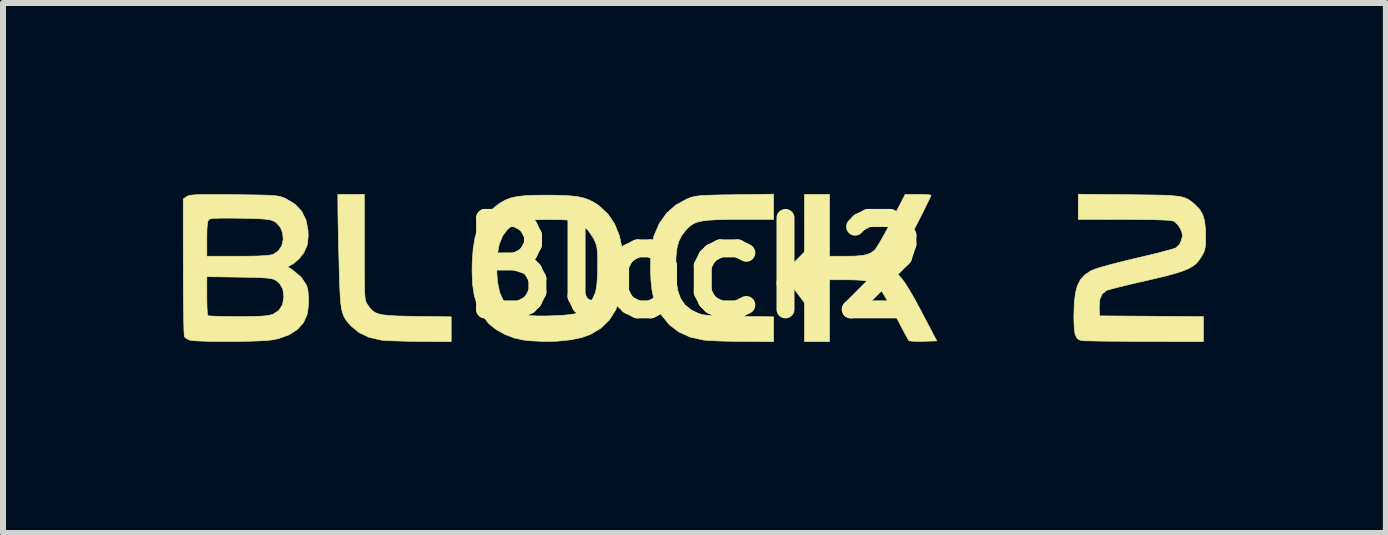
<source format=kicad_pcb>
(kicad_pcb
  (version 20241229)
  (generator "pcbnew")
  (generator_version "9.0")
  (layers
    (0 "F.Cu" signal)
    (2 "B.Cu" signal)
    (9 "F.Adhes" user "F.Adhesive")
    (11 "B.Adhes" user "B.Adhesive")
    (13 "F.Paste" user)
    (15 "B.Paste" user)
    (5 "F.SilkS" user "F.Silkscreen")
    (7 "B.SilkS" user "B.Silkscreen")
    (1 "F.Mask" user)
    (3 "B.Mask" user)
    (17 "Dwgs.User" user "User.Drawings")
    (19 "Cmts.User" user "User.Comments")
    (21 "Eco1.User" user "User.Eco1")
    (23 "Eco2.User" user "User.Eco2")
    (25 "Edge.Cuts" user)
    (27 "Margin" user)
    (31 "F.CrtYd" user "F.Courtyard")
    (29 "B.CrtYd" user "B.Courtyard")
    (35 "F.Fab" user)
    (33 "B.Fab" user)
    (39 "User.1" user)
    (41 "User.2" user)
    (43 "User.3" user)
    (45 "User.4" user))
  (footprint "Block2"
    (layer "F.Cu")
    (at 8.521 1.418)
    (property "Reference" "Block2" (at 0 0 0) (layer "F.SilkS") (effects (font (size 1.524 1.524) (thickness 0.3))))
    (attr through_hole)
    (fp_poly (pts (xy -5.497 -0.347) (xy -5.497 -0.116) (xy -5.497 0.071) (xy -5.496 0.219) (xy -5.494 0.334) (xy -5.491 0.42) (xy -5.486 0.484) (xy -5.48 0.529) (xy -5.471 0.561) (xy -5.46 0.586) (xy -5.446 0.608) (xy -5.442 0.615) (xy -5.403 0.668) (xy -5.364 0.71) (xy -5.319 0.742) (xy -5.259 0.765) (xy -5.18 0.782) (xy -5.075 0.793) (xy -4.938 0.8) (xy -4.762 0.804) (xy -4.632 0.806) (xy -4.049 0.814) (xy -4.049 1.227) (xy -4.559 1.224) (xy -4.723 1.222) (xy -4.881 1.218) (xy -5.022 1.214) (xy -5.136 1.208) (xy -5.213 1.202) (xy -5.219 1.201) (xy -5.417 1.156) (xy -5.585 1.077) (xy -5.716 0.968) (xy -5.767 0.912) (xy -5.807 0.86) (xy -5.838 0.806) (xy -5.862 0.744) (xy -5.879 0.667) (xy -5.892 0.568) (xy -5.901 0.441) (xy -5.908 0.28) (xy -5.915 0.077) (xy -5.916 0.025) (xy -5.921 -0.17) (xy -5.926 -0.366) (xy -5.93 -0.553) (xy -5.934 -0.721) (xy -5.936 -0.858) (xy -5.937 -0.926) (xy -5.939 -1.227) (xy -5.497 -1.227) (xy -5.497 -0.347)) (stroke (width 0.01) (type solid)) (fill yes) (layer "F.SilkS"))
    (fp_poly (pts (xy 1.325 -0.81) (xy 0.765 -0.81) (xy 0.55 -0.809) (xy 0.378 -0.805) (xy 0.242 -0.797) (xy 0.135 -0.784) (xy 0.053 -0.765) (xy -0.013 -0.737) (xy -0.068 -0.7) (xy -0.118 -0.652) (xy -0.142 -0.626) (xy -0.208 -0.539) (xy -0.255 -0.445) (xy -0.285 -0.333) (xy -0.301 -0.194) (xy -0.307 -0.018) (xy -0.307 0) (xy -0.299 0.208) (xy -0.272 0.376) (xy -0.225 0.508) (xy -0.155 0.612) (xy -0.058 0.692) (xy 0.03 0.738) (xy 0.074 0.757) (xy 0.117 0.771) (xy 0.167 0.782) (xy 0.231 0.789) (xy 0.316 0.795) (xy 0.429 0.799) (xy 0.578 0.803) (xy 0.742 0.805) (xy 1.325 0.814) (xy 1.325 1.227) (xy 0.816 1.224) (xy 0.652 1.222) (xy 0.494 1.219) (xy 0.354 1.214) (xy 0.241 1.208) (xy 0.166 1.202) (xy 0.16 1.201) (xy -0.064 1.152) (xy -0.255 1.066) (xy -0.415 0.943) (xy -0.544 0.782) (xy -0.643 0.582) (xy -0.679 0.479) (xy -0.703 0.36) (xy -0.719 0.208) (xy -0.725 0.037) (xy -0.723 -0.14) (xy -0.711 -0.307) (xy -0.69 -0.45) (xy -0.669 -0.534) (xy -0.579 -0.743) (xy -0.458 -0.914) (xy -0.305 -1.05) (xy -0.118 -1.151) (xy -0.102 -1.158) (xy -0.057 -1.175) (xy -0.011 -1.188) (xy 0.041 -1.198) (xy 0.107 -1.206) (xy 0.193 -1.211) (xy 0.307 -1.215) (xy 0.456 -1.219) (xy 0.645 -1.221) (xy 0.681 -1.222) (xy 1.325 -1.231) (xy 1.325 -0.81)) (stroke (width 0.01) (type solid)) (fill yes) (layer "F.SilkS"))
    (fp_poly (pts (xy 2.258 -0.196) (xy 2.538 -0.196) (xy 2.691 -0.199) (xy 2.805 -0.208) (xy 2.889 -0.227) (xy 2.955 -0.256) (xy 3.01 -0.298) (xy 3.013 -0.301) (xy 3.041 -0.339) (xy 3.087 -0.412) (xy 3.146 -0.515) (xy 3.214 -0.638) (xy 3.286 -0.774) (xy 3.294 -0.79) (xy 3.52 -1.227) (xy 3.735 -1.227) (xy 3.831 -1.226) (xy 3.905 -1.221) (xy 3.946 -1.216) (xy 3.951 -1.213) (xy 3.94 -1.187) (xy 3.911 -1.125) (xy 3.866 -1.033) (xy 3.808 -0.917) (xy 3.742 -0.786) (xy 3.73 -0.762) (xy 3.626 -0.563) (xy 3.537 -0.405) (xy 3.46 -0.283) (xy 3.391 -0.193) (xy 3.326 -0.128) (xy 3.264 -0.086) (xy 3.261 -0.085) (xy 3.213 -0.054) (xy 3.19 -0.03) (xy 3.19 -0.029) (xy 3.211 -0.008) (xy 3.262 0.021) (xy 3.288 0.034) (xy 3.347 0.066) (xy 3.403 0.111) (xy 3.462 0.175) (xy 3.525 0.263) (xy 3.598 0.38) (xy 3.684 0.53) (xy 3.786 0.72) (xy 3.802 0.751) (xy 4.046 1.215) (xy 3.823 1.222) (xy 3.722 1.223) (xy 3.641 1.22) (xy 3.59 1.214) (xy 3.581 1.21) (xy 3.564 1.182) (xy 3.529 1.119) (xy 3.479 1.026) (xy 3.42 0.912) (xy 3.36 0.798) (xy 3.29 0.664) (xy 3.221 0.541) (xy 3.16 0.437) (xy 3.111 0.36) (xy 3.084 0.325) (xy 3.029 0.275) (xy 2.966 0.24) (xy 2.887 0.217) (xy 2.781 0.203) (xy 2.641 0.197) (xy 2.546 0.196) (xy 2.258 0.196) (xy 2.258 1.227) (xy 1.841 1.227) (xy 1.841 -1.227) (xy 2.258 -1.227) (xy 2.258 -0.196)) (stroke (width 0.01) (type solid)) (fill yes) (layer "F.SilkS"))
    (fp_poly (pts (xy 7.246 -1.222) (xy 7.483 -1.219) (xy 7.676 -1.217) (xy 7.832 -1.213) (xy 7.954 -1.207) (xy 8.05 -1.198) (xy 8.125 -1.186) (xy 8.183 -1.169) (xy 8.231 -1.148) (xy 8.274 -1.12) (xy 8.317 -1.086) (xy 8.342 -1.065) (xy 8.423 -0.984) (xy 8.478 -0.894) (xy 8.511 -0.783) (xy 8.526 -0.642) (xy 8.528 -0.55) (xy 8.527 -0.435) (xy 8.522 -0.355) (xy 8.511 -0.296) (xy 8.49 -0.245) (xy 8.457 -0.187) (xy 8.454 -0.182) (xy 8.412 -0.122) (xy 8.365 -0.07) (xy 8.306 -0.025) (xy 8.23 0.016) (xy 8.131 0.055) (xy 8.004 0.095) (xy 7.842 0.138) (xy 7.641 0.186) (xy 7.529 0.212) (xy 7.361 0.25) (xy 7.207 0.287) (xy 7.073 0.32) (xy 6.968 0.347) (xy 6.897 0.367) (xy 6.872 0.376) (xy 6.803 0.433) (xy 6.764 0.523) (xy 6.754 0.651) (xy 6.755 0.663) (xy 6.761 0.798) (xy 7.626 0.804) (xy 8.491 0.81) (xy 8.491 1.227) (xy 7.503 1.224) (xy 7.286 1.223) (xy 7.082 1.221) (xy 6.898 1.22) (xy 6.739 1.218) (xy 6.611 1.215) (xy 6.518 1.213) (xy 6.467 1.211) (xy 6.461 1.21) (xy 6.41 1.192) (xy 6.375 1.157) (xy 6.351 1.098) (xy 6.338 1.008) (xy 6.333 0.879) (xy 6.332 0.798) (xy 6.338 0.591) (xy 6.357 0.425) (xy 6.39 0.295) (xy 6.442 0.194) (xy 6.514 0.114) (xy 6.608 0.052) (xy 6.635 0.038) (xy 6.694 0.015) (xy 6.793 -0.016) (xy 6.923 -0.052) (xy 7.076 -0.092) (xy 7.244 -0.134) (xy 7.362 -0.162) (xy 7.531 -0.201) (xy 7.687 -0.239) (xy 7.822 -0.274) (xy 7.93 -0.303) (xy 8.003 -0.324) (xy 8.03 -0.334) (xy 8.093 -0.394) (xy 8.125 -0.464) (xy 8.141 -0.535) (xy 8.133 -0.594) (xy 8.108 -0.654) (xy 8.064 -0.721) (xy 8.013 -0.771) (xy 8 -0.779) (xy 7.966 -0.788) (xy 7.903 -0.796) (xy 7.806 -0.801) (xy 7.673 -0.805) (xy 7.5 -0.808) (xy 7.283 -0.809) (xy 7.172 -0.809) (xy 6.405 -0.81) (xy 6.405 -1.23) (xy 7.246 -1.222)) (stroke (width 0.01) (type solid)) (fill yes) (layer "F.SilkS"))
    (fp_poly (pts (xy -2.245 -1.212) (xy -2.076 -1.204) (xy -1.94 -1.189) (xy -1.828 -1.164) (xy -1.733 -1.128) (xy -1.645 -1.079) (xy -1.579 -1.033) (xy -1.435 -0.898) (xy -1.323 -0.732) (xy -1.244 -0.534) (xy -1.196 -0.301) (xy -1.178 -0.032) (xy -1.178 -0.002) (xy -1.193 0.27) (xy -1.236 0.504) (xy -1.309 0.703) (xy -1.414 0.867) (xy -1.55 1) (xy -1.72 1.103) (xy -1.729 1.107) (xy -1.88 1.161) (xy -2.068 1.198) (xy -2.283 1.22) (xy -2.514 1.224) (xy -2.752 1.211) (xy -2.846 1.2) (xy -2.999 1.166) (xy -3.153 1.107) (xy -3.294 1.029) (xy -3.407 0.941) (xy -3.444 0.901) (xy -3.543 0.763) (xy -3.615 0.618) (xy -3.664 0.459) (xy -3.692 0.276) (xy -3.701 0.06) (xy -3.7 0) (xy -3.292 0) (xy -3.279 0.224) (xy -3.241 0.408) (xy -3.175 0.553) (xy -3.081 0.664) (xy -2.956 0.741) (xy -2.8 0.787) (xy -2.717 0.795) (xy -2.601 0.8) (xy -2.465 0.8) (xy -2.323 0.795) (xy -2.187 0.788) (xy -2.072 0.777) (xy -1.989 0.764) (xy -1.976 0.76) (xy -1.871 0.708) (xy -1.771 0.62) (xy -1.69 0.511) (xy -1.642 0.403) (xy -1.624 0.307) (xy -1.613 0.17) (xy -1.608 -0.003) (xy -1.607 -0.037) (xy -1.608 -0.17) (xy -1.611 -0.266) (xy -1.619 -0.337) (xy -1.632 -0.393) (xy -1.653 -0.448) (xy -1.676 -0.495) (xy -1.768 -0.632) (xy -1.889 -0.731) (xy -2.038 -0.788) (xy -2.097 -0.799) (xy -2.172 -0.804) (xy -2.282 -0.807) (xy -2.412 -0.808) (xy -2.548 -0.806) (xy -2.556 -0.806) (xy -2.691 -0.802) (xy -2.787 -0.797) (xy -2.857 -0.788) (xy -2.91 -0.774) (xy -2.957 -0.753) (xy -3.002 -0.728) (xy -3.111 -0.644) (xy -3.193 -0.534) (xy -3.249 -0.394) (xy -3.281 -0.219) (xy -3.292 -0.003) (xy -3.292 0) (xy -3.7 0) (xy -3.699 -0.086) (xy -3.683 -0.318) (xy -3.651 -0.511) (xy -3.6 -0.672) (xy -3.526 -0.808) (xy -3.427 -0.927) (xy -3.302 -1.034) (xy -3.218 -1.093) (xy -3.135 -1.138) (xy -3.045 -1.171) (xy -2.939 -1.193) (xy -2.809 -1.206) (xy -2.646 -1.213) (xy -2.454 -1.215) (xy -2.245 -1.212)) (stroke (width 0.01) (type solid)) (fill yes) (layer "F.SilkS"))
    (fp_poly (pts (xy -7.892 -1.225) (xy -7.682 -1.223) (xy -7.665 -1.223) (xy -7.455 -1.22) (xy -7.288 -1.218) (xy -7.159 -1.215) (xy -7.06 -1.211) (xy -6.985 -1.205) (xy -6.93 -1.198) (xy -6.886 -1.188) (xy -6.849 -1.175) (xy -6.812 -1.159) (xy -6.81 -1.158) (xy -6.655 -1.065) (xy -6.542 -0.946) (xy -6.469 -0.799) (xy -6.436 -0.627) (xy -6.434 -0.525) (xy -6.443 -0.424) (xy -6.453 -0.374) (xy -6.502 -0.262) (xy -6.583 -0.155) (xy -6.679 -0.074) (xy -6.705 -0.059) (xy -6.776 -0.022) (xy -6.679 0.044) (xy -6.549 0.155) (xy -6.465 0.281) (xy -6.454 0.308) (xy -6.436 0.389) (xy -6.428 0.5) (xy -6.43 0.621) (xy -6.443 0.733) (xy -6.453 0.781) (xy -6.514 0.914) (xy -6.616 1.026) (xy -6.755 1.115) (xy -6.928 1.177) (xy -7.051 1.201) (xy -7.136 1.209) (xy -7.254 1.215) (xy -7.396 1.22) (xy -7.555 1.223) (xy -7.721 1.225) (xy -7.887 1.225) (xy -8.044 1.223) (xy -8.185 1.219) (xy -8.299 1.214) (xy -8.381 1.207) (xy -8.417 1.2) (xy -8.47 1.171) (xy -8.496 1.146) (xy -8.5 1.116) (xy -8.504 1.042) (xy -8.507 0.929) (xy -8.51 0.782) (xy -8.512 0.606) (xy -8.513 0.46) (xy -8.123 0.46) (xy -8.122 0.581) (xy -8.119 0.682) (xy -8.114 0.756) (xy -8.108 0.792) (xy -8.107 0.793) (xy -8.078 0.799) (xy -8.008 0.803) (xy -7.905 0.806) (xy -7.775 0.809) (xy -7.628 0.81) (xy -7.604 0.81) (xy -7.426 0.809) (xy -7.289 0.806) (xy -7.187 0.801) (xy -7.111 0.793) (xy -7.055 0.782) (xy -7.018 0.77) (xy -6.922 0.708) (xy -6.862 0.613) (xy -6.839 0.487) (xy -6.839 0.472) (xy -6.857 0.347) (xy -6.913 0.253) (xy -6.981 0.2) (xy -7.014 0.186) (xy -7.06 0.175) (xy -7.126 0.167) (xy -7.219 0.161) (xy -7.344 0.156) (xy -7.509 0.153) (xy -7.589 0.152) (xy -8.123 0.144) (xy -8.123 0.46) (xy -8.513 0.46) (xy -8.514 0.406) (xy -8.515 0.186) (xy -8.515 -0.018) (xy -8.516 -0.488) (xy -8.123 -0.488) (xy -8.123 -0.196) (xy -7.607 -0.196) (xy -7.416 -0.197) (xy -7.269 -0.2) (xy -7.158 -0.206) (xy -7.079 -0.214) (xy -7.026 -0.225) (xy -7.007 -0.231) (xy -6.925 -0.29) (xy -6.872 -0.375) (xy -6.85 -0.476) (xy -6.858 -0.581) (xy -6.896 -0.679) (xy -6.966 -0.756) (xy -6.998 -0.777) (xy -7.034 -0.793) (xy -7.08 -0.805) (xy -7.144 -0.814) (xy -7.232 -0.82) (xy -7.353 -0.825) (xy -7.514 -0.829) (xy -7.566 -0.83) (xy -7.749 -0.832) (xy -7.889 -0.832) (xy -7.988 -0.828) (xy -8.052 -0.821) (xy -8.085 -0.811) (xy -8.087 -0.809) (xy -8.103 -0.784) (xy -8.114 -0.735) (xy -8.12 -0.656) (xy -8.123 -0.537) (xy -8.123 -0.488) (xy -8.516 -0.488) (xy -8.516 -1.152) (xy -8.456 -1.191) (xy -8.434 -1.203) (xy -8.401 -1.211) (xy -8.352 -1.218) (xy -8.283 -1.222) (xy -8.186 -1.225) (xy -8.058 -1.225) (xy -7.892 -1.225)) (stroke (width 0.01) (type solid)) (fill yes) (layer "F.SilkS")))
  (gr_rect
    (start -3 -3)
    (end 20.054 5.836)
    (stroke (width 0.1) (type default))
    (fill no)
    (layer "Edge.Cuts")))
</source>
